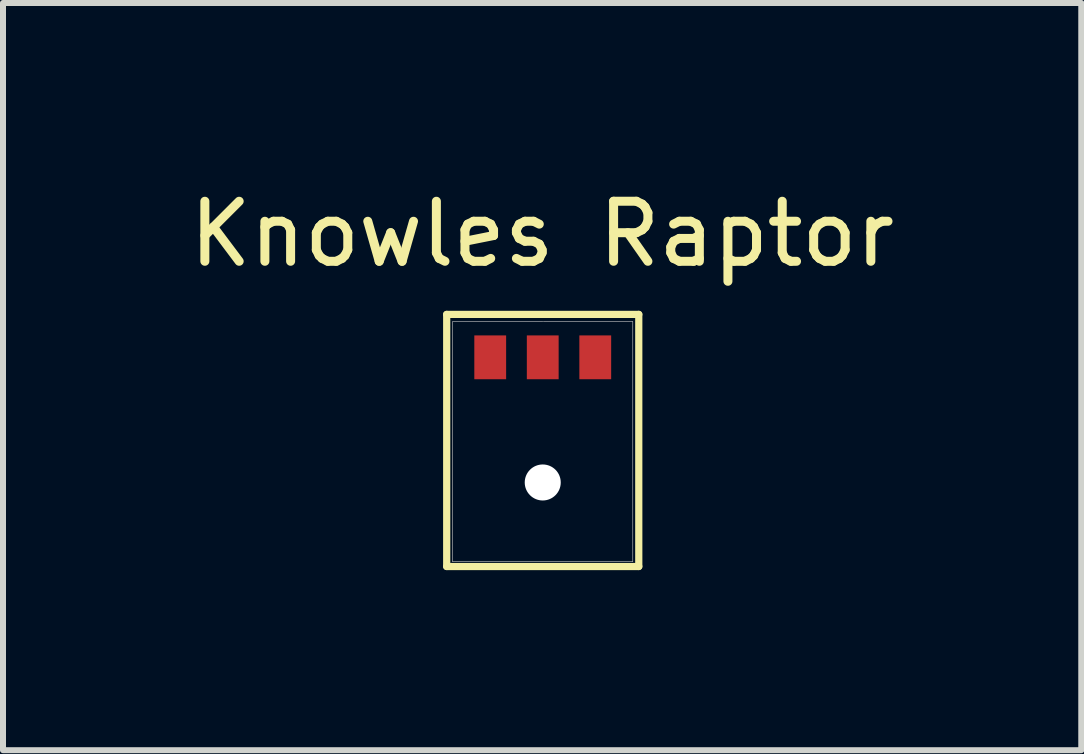
<source format=kicad_pcb>
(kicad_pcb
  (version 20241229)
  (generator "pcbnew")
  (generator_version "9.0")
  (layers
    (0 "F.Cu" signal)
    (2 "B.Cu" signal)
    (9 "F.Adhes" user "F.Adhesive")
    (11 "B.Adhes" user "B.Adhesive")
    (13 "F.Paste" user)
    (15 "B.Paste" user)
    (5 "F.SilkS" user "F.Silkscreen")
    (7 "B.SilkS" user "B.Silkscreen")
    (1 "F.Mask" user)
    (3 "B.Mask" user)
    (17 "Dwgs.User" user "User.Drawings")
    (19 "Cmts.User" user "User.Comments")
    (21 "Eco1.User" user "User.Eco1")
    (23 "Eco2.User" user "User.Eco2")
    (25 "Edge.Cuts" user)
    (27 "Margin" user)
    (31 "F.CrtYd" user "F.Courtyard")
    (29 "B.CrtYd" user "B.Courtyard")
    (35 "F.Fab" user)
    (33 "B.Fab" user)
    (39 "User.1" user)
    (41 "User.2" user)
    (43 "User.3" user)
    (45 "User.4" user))
  (footprint "Knowles Raptor"
    (layer "F.Cu")
    (at 5.992 4.988)
    (property "Reference" "Knowles Raptor" (at -0.01 -4.14 0) (unlocked yes) (layer "F.SilkS") (effects (font (size 1 1) (thickness 0.15))))
    (attr smd)
    (fp_circle (center 0 0) (end 0.92 0) (stroke (width 0.3) (type default)) (fill no) (layer "F.Mask"))
    (fp_line (start -1.6 -2.8) (end 1.6 -2.8) (stroke (width 0.12) (type default)) (layer "F.SilkS"))
    (fp_line (start -1.6 1.4) (end -1.6 -2.8) (stroke (width 0.12) (type default)) (layer "F.SilkS"))
    (fp_line (start 1.6 -2.8) (end 1.6 1.4) (stroke (width 0.12) (type default)) (layer "F.SilkS"))
    (fp_line (start 1.6 1.4) (end -1.6 1.4) (stroke (width 0.12) (type default)) (layer "F.SilkS"))
    (fp_line (start -1.5 -2.68) (end -1.5 1.32) (stroke (width 0.01) (type default)) (layer "Dwgs.User"))
    (fp_line (start -1.5 -2.68) (end 0 -2.68) (stroke (width 0.01) (type default)) (layer "Dwgs.User"))
    (fp_line (start -1.5 1.32) (end 1.5 1.32) (stroke (width 0.01) (type default)) (layer "Dwgs.User"))
    (fp_line (start 0.01 -2.68) (end 1.5 -2.68) (stroke (width 0.01) (type default)) (layer "Dwgs.User"))
    (fp_line (start 1.5 1.32) (end 1.5 -2.68) (stroke (width 0.01) (type default)) (layer "Dwgs.User"))
    (pad "" np_thru_hole circle (at 0 0) (size 0.6 0.6) (drill 0.6) (layers "*.Cu" "*.Mask"))
    (pad "1" smd rect (at 0.875 -2.085) (size 0.53 0.73) (layers "F.Cu" "F.Mask" "F.Paste"))
    (pad "2" smd rect (at 0 -2.085) (size 0.53 0.73) (layers "F.Cu" "F.Mask" "F.Paste"))
    (pad "3" smd rect (at -0.875 -2.085) (size 0.53 0.73) (layers "F.Cu" "F.Mask" "F.Paste")))
  (gr_rect
    (start -3 -3)
    (end 14.964 9.448)
    (stroke (width 0.1) (type default))
    (fill no)
    (layer "Edge.Cuts")))
</source>
